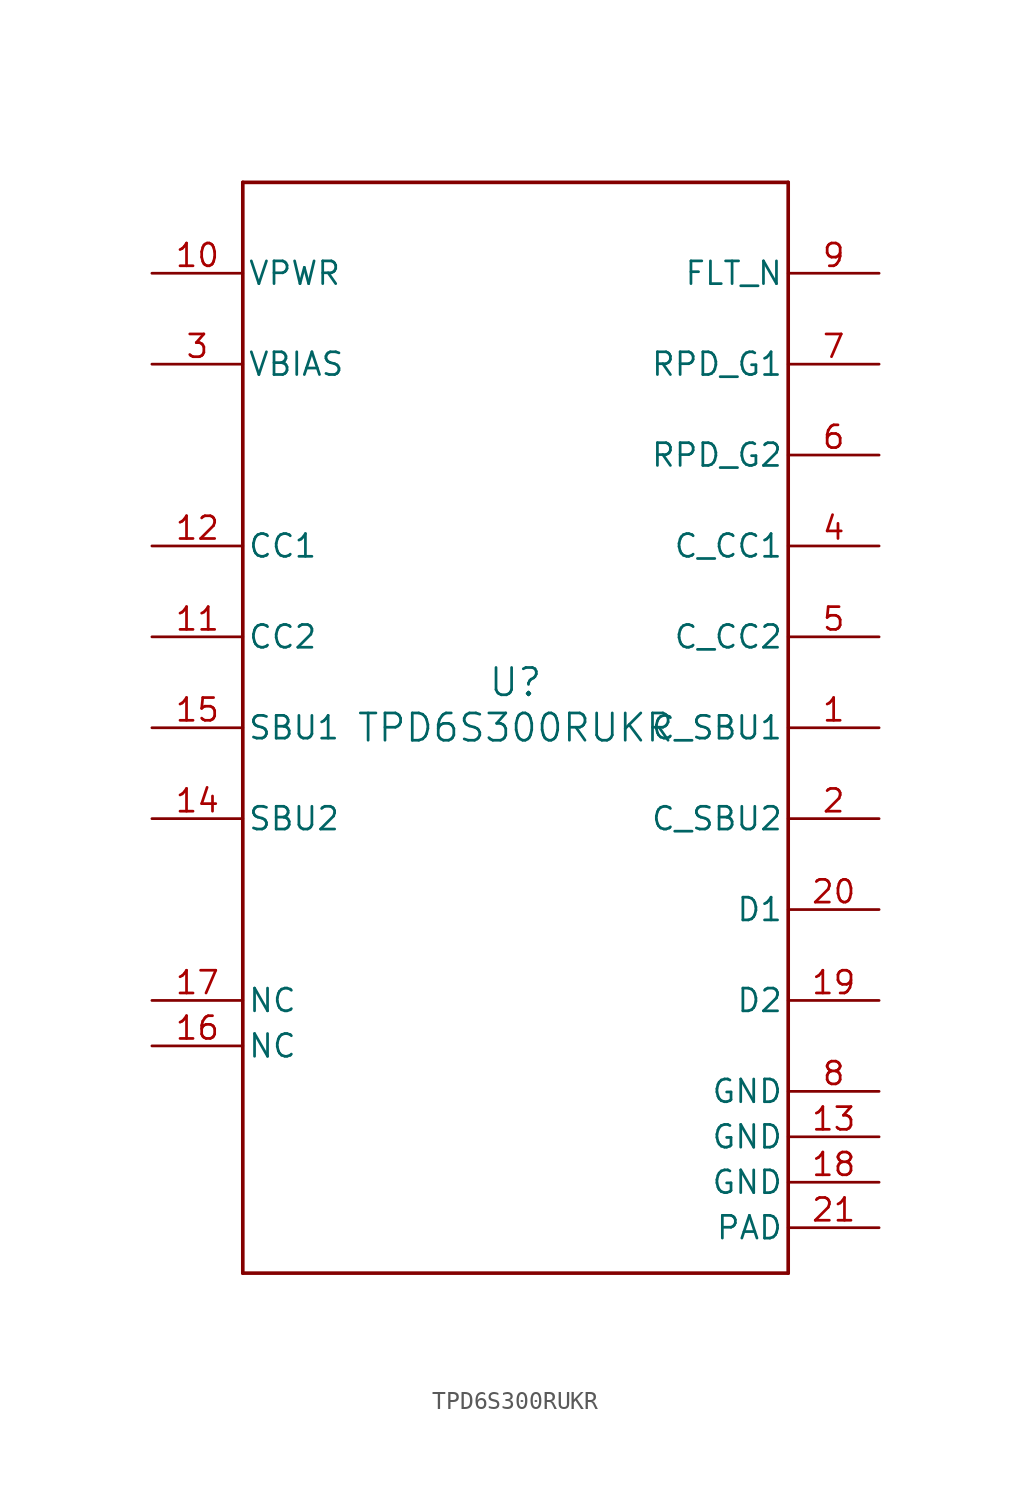
<source format=kicad_sym>
(kicad_symbol_lib
  (version 20211014)
  (generator kicad_symbol_editor)
  (symbol "TPD6S300RUKR"
    (pin_names
      (offset 0.254))
    (property "Reference" "U"
      (at 0 2.54 0)
      (effects (font (size 1.524 1.524))))
    (property "Value" "TPD6S300RUKR"
      (at 0 0 0)
      (effects (font (size 1.524 1.524))))
    (symbol "TPD6S300RUKR_0_1"
      (polyline (pts (xy -15.24 -30.48) (xy 15.24 -30.48)) (stroke (width 0.203) (type default) (color 0 0 0 0)) (fill (type none)))
      (polyline (pts (xy 15.24 -30.48) (xy 15.24 30.48)) (stroke (width 0.203) (type default) (color 0 0 0 0)) (fill (type none)))
      (polyline (pts (xy 15.24 30.48) (xy -15.24 30.48)) (stroke (width 0.203) (type default) (color 0 0 0 0)) (fill (type none)))
      (polyline (pts (xy -15.24 30.48) (xy -15.24 -30.48)) (stroke (width 0.203) (type default) (color 0 0 0 0)) (fill (type none)))
      (pin bidirectional line (at 20.32 0 180) (length 5.08) (name "C_SBU1" (effects (font (size 1.27 1.27)))) (number "1" (effects (font (size 1.27 1.27)))))
      (pin bidirectional line (at 20.32 -5.08 180) (length 5.08) (name "C_SBU2" (effects (font (size 1.27 1.27)))) (number "2" (effects (font (size 1.27 1.27)))))
      (pin output line (at -20.32 20.32 0) (length 5.08) (name "VBIAS" (effects (font (size 1.27 1.27)))) (number "3" (effects (font (size 1.27 1.27)))))
      (pin bidirectional line (at 20.32 10.16 180) (length 5.08) (name "C_CC1" (effects (font (size 1.27 1.27)))) (number "4" (effects (font (size 1.27 1.27)))))
      (pin bidirectional line (at 20.32 5.08 180) (length 5.08) (name "C_CC2" (effects (font (size 1.27 1.27)))) (number "5" (effects (font (size 1.27 1.27)))))
      (pin input line (at 20.32 15.24 180) (length 5.08) (name "RPD_G2" (effects (font (size 1.27 1.27)))) (number "6" (effects (font (size 1.27 1.27)))))
      (pin input line (at 20.32 20.32 180) (length 5.08) (name "RPD_G1" (effects (font (size 1.27 1.27)))) (number "7" (effects (font (size 1.27 1.27)))))
      (pin power_in line (at 20.32 -20.32 180) (length 5.08) (name "GND" (effects (font (size 1.27 1.27)))) (number "8" (effects (font (size 1.27 1.27)))))
      (pin open_collector line (at 20.32 25.4 180) (length 5.08) (name "FLT_N" (effects (font (size 1.27 1.27)))) (number "9" (effects (font (size 1.27 1.27)))))
      (pin power_in line (at -20.32 25.4 0) (length 5.08) (name "VPWR" (effects (font (size 1.27 1.27)))) (number "10" (effects (font (size 1.27 1.27)))))
      (pin bidirectional line (at -20.32 5.08 0) (length 5.08) (name "CC2" (effects (font (size 1.27 1.27)))) (number "11" (effects (font (size 1.27 1.27)))))
      (pin bidirectional line (at -20.32 10.16 0) (length 5.08) (name "CC1" (effects (font (size 1.27 1.27)))) (number "12" (effects (font (size 1.27 1.27)))))
      (pin power_in line (at 20.32 -22.86 180) (length 5.08) (name "GND" (effects (font (size 1.27 1.27)))) (number "13" (effects (font (size 1.27 1.27)))))
      (pin bidirectional line (at -20.32 -5.08 0) (length 5.08) (name "SBU2" (effects (font (size 1.27 1.27)))) (number "14" (effects (font (size 1.27 1.27)))))
      (pin bidirectional line (at -20.32 0 0) (length 5.08) (name "SBU1" (effects (font (size 1.27 1.27)))) (number "15" (effects (font (size 1.27 1.27)))))
      (pin unspecified line (at -20.32 -17.78 0) (length 5.08) (name "NC" (effects (font (size 1.27 1.27)))) (number "16" (effects (font (size 1.27 1.27)))))
      (pin unspecified line (at -20.32 -15.24 0) (length 5.08) (name "NC" (effects (font (size 1.27 1.27)))) (number "17" (effects (font (size 1.27 1.27)))))
      (pin power_in line (at 20.32 -25.4 180) (length 5.08) (name "GND" (effects (font (size 1.27 1.27)))) (number "18" (effects (font (size 1.27 1.27)))))
      (pin bidirectional line (at 20.32 -15.24 180) (length 5.08) (name "D2" (effects (font (size 1.27 1.27)))) (number "19" (effects (font (size 1.27 1.27)))))
      (pin bidirectional line (at 20.32 -10.16 180) (length 5.08) (name "D1" (effects (font (size 1.27 1.27)))) (number "20" (effects (font (size 1.27 1.27)))))
      (pin power_in line (at 20.32 -27.94 180) (length 5.08) (name "PAD" (effects (font (size 1.27 1.27)))) (number "21" (effects (font (size 1.27 1.27))))))))
</source>
